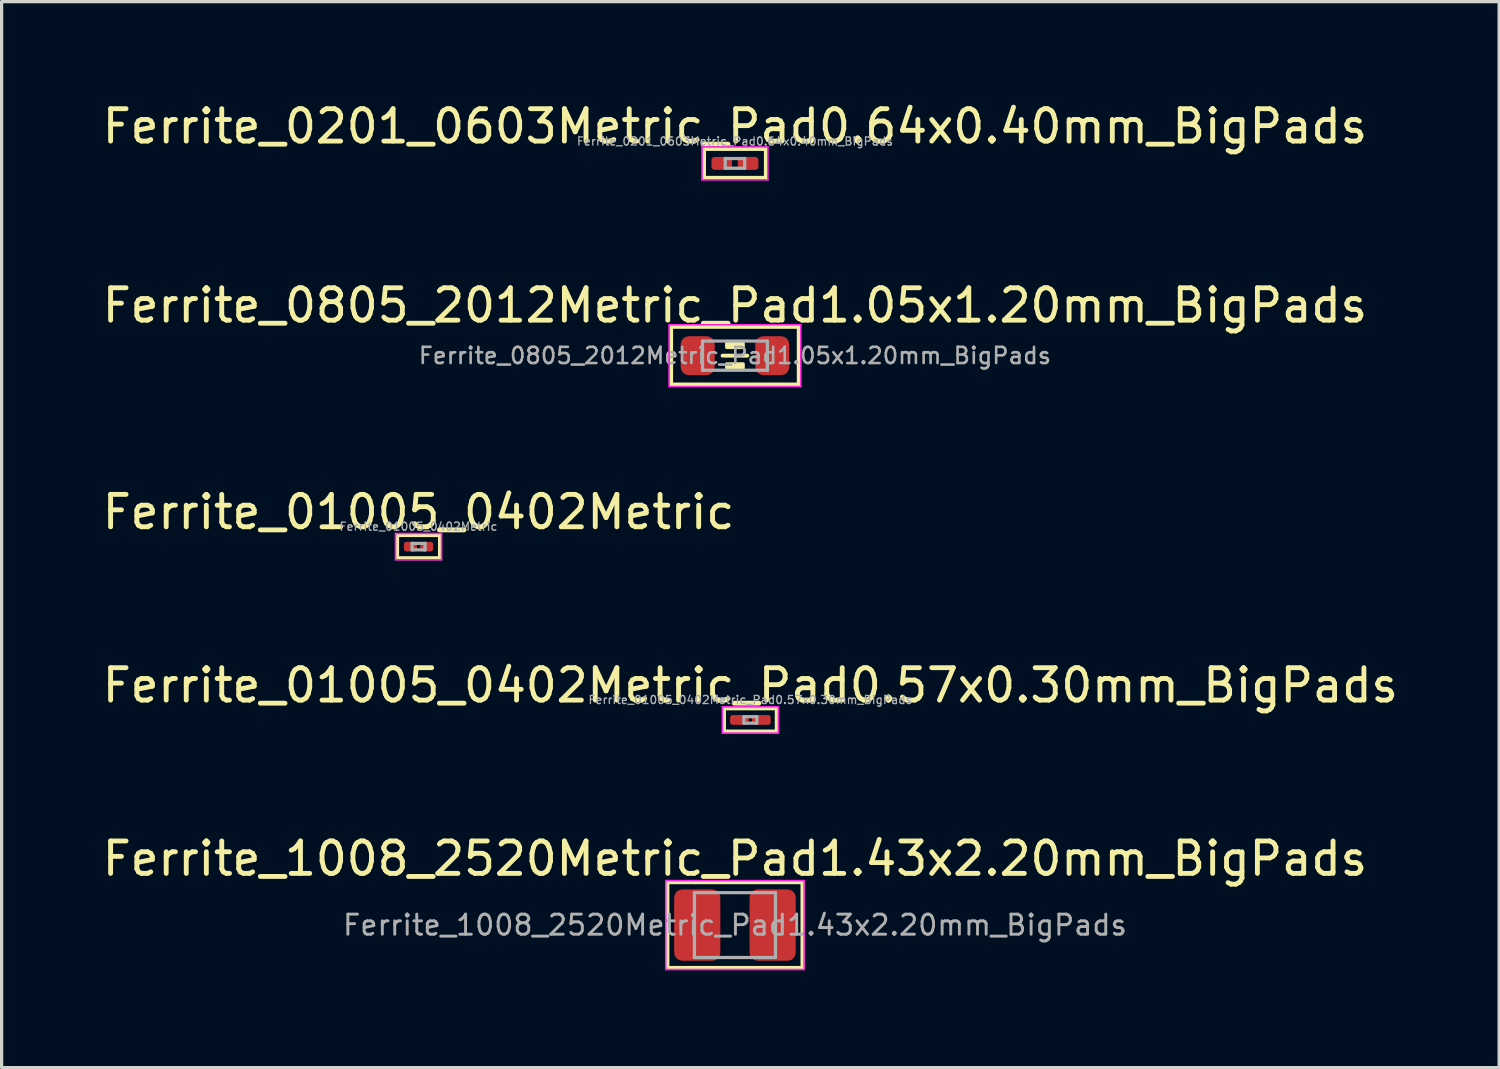
<source format=kicad_pcb>
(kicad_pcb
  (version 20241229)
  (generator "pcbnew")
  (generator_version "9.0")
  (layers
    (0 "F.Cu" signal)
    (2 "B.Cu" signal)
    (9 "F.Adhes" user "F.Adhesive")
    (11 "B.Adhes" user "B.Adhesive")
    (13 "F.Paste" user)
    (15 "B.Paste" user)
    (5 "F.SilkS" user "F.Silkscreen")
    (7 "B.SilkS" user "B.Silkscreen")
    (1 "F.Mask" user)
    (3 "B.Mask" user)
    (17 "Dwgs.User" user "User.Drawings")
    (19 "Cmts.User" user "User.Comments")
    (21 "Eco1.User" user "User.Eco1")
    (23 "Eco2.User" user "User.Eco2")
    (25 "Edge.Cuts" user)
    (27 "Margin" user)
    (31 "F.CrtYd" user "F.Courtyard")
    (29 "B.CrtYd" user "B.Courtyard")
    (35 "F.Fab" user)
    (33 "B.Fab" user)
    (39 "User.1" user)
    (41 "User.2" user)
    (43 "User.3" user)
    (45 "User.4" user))
  (footprint "Ferrite_0201_0603Metric_Pad0.64x0.40mm_BigPads"
    (layer "F.Cu")
    (at 19.625 1.991)
    (property "Reference" "Ferrite_0201_0603Metric_Pad0.64x0.40mm_BigPads" (at 0 -1.143 0) (layer "F.SilkS") (effects (font (size 1 1) (thickness 0.15))))
    (attr smd)
    (fp_line (start -0.953 -0.445) (end 0.953 -0.445) (stroke (width 0.12) (type solid)) (layer "F.SilkS"))
    (fp_line (start -0.953 0.445) (end -0.953 -0.445) (stroke (width 0.12) (type solid)) (layer "F.SilkS"))
    (fp_line (start 0.953 -0.445) (end 0.953 0.445) (stroke (width 0.12) (type solid)) (layer "F.SilkS"))
    (fp_line (start 0.953 0.445) (end -0.953 0.445) (stroke (width 0.12) (type solid)) (layer "F.SilkS"))
    (fp_line (start -1.016 -0.508) (end 1.016 -0.508) (stroke (width 0.05) (type solid)) (layer "F.CrtYd"))
    (fp_line (start -1.016 0.508) (end -1.016 -0.508) (stroke (width 0.05) (type solid)) (layer "F.CrtYd"))
    (fp_line (start 1.016 -0.508) (end 1.016 0.508) (stroke (width 0.05) (type solid)) (layer "F.CrtYd"))
    (fp_line (start 1.016 0.508) (end -1.016 0.508) (stroke (width 0.05) (type solid)) (layer "F.CrtYd"))
    (fp_line (start -0.3 -0.15) (end 0.3 -0.15) (stroke (width 0.1) (type solid)) (layer "F.Fab"))
    (fp_line (start -0.3 0.15) (end -0.3 -0.15) (stroke (width 0.1) (type solid)) (layer "F.Fab"))
    (fp_line (start 0.3 -0.15) (end 0.3 0.15) (stroke (width 0.1) (type solid)) (layer "F.Fab"))
    (fp_line (start 0.3 0.15) (end -0.3 0.15) (stroke (width 0.1) (type solid)) (layer "F.Fab"))
    (fp_text user "${REFERENCE}" (at 0 -0.68 0) (layer "F.Fab") (effects (font (size 0.25 0.25) (thickness 0.04))))
    (pad "" smd roundrect (at -0.432 0) (size 0.458 0.36) (layers "F.Paste") (roundrect_rratio 0.25))
    (pad "" smd roundrect (at 0.432 0) (size 0.458 0.36) (layers "F.Paste") (roundrect_rratio 0.25))
    (pad "1" smd roundrect (at -0.407 0) (size 0.635 0.4) (layers "F.Cu" "F.Mask") (roundrect_rratio 0.25))
    (pad "2" smd roundrect (at 0.407 0) (size 0.635 0.4) (layers "F.Cu" "F.Mask") (roundrect_rratio 0.25)))
  (footprint "Ferrite_0805_2012Metric_Pad1.05x1.20mm_BigPads"
    (layer "F.Cu")
    (at 19.625 7.923)
    (property "Reference" "Ferrite_0805_2012Metric_Pad1.05x1.20mm_BigPads" (at 0 -1.55 0) (layer "F.SilkS") (effects (font (size 1 1) (thickness 0.15))))
    (attr smd)
    (fp_line (start -1.968 -0.889) (end 1.968 -0.889) (stroke (width 0.12) (type solid)) (layer "F.SilkS"))
    (fp_line (start -1.968 0.889) (end -1.968 -0.889) (stroke (width 0.12) (type solid)) (layer "F.SilkS"))
    (fp_line (start -0.381 0) (end 0.381 0) (stroke (width 0.12) (type solid)) (layer "F.SilkS"))
    (fp_line (start 1.968 -0.889) (end 1.968 0.889) (stroke (width 0.12) (type solid)) (layer "F.SilkS"))
    (fp_line (start 1.968 0.889) (end -1.968 0.889) (stroke (width 0.12) (type solid)) (layer "F.SilkS"))
    (fp_poly (pts (xy -0.254 0.254) (xy 0.254 0.254) (xy 0.254 0.381) (xy -0.254 0.381)) (stroke (width 0.1) (type solid)) (fill yes) (layer "F.SilkS"))
    (fp_poly (pts (xy 0.254 -0.254) (xy -0.254 -0.254) (xy -0.254 -0.381) (xy 0.254 -0.381)) (stroke (width 0.1) (type solid)) (fill yes) (layer "F.SilkS"))
    (fp_line (start -2.032 -0.953) (end 2.032 -0.953) (stroke (width 0.05) (type solid)) (layer "F.CrtYd"))
    (fp_line (start -2.032 0.953) (end -2.032 -0.953) (stroke (width 0.05) (type solid)) (layer "F.CrtYd"))
    (fp_line (start 2.032 -0.953) (end 2.032 0.953) (stroke (width 0.05) (type solid)) (layer "F.CrtYd"))
    (fp_line (start 2.032 0.953) (end -2.032 0.953) (stroke (width 0.05) (type solid)) (layer "F.CrtYd"))
    (fp_line (start -1 -0.45) (end 1 -0.45) (stroke (width 0.1) (type solid)) (layer "F.Fab"))
    (fp_line (start -1 0.45) (end -1 -0.45) (stroke (width 0.1) (type solid)) (layer "F.Fab"))
    (fp_line (start 1 -0.45) (end 1 0.45) (stroke (width 0.1) (type solid)) (layer "F.Fab"))
    (fp_line (start 1 0.45) (end -1 0.45) (stroke (width 0.1) (type solid)) (layer "F.Fab"))
    (fp_text user "${REFERENCE}" (at 0 0 0) (layer "F.Fab") (effects (font (size 0.5 0.5) (thickness 0.08))))
    (pad "1" smd roundrect (at -1.15 0) (size 1.05 1.2) (layers "F.Cu" "F.Mask" "F.Paste") (roundrect_rratio 0.238))
    (pad "2" smd roundrect (at 1.15 0) (size 1.05 1.2) (layers "F.Cu" "F.Mask" "F.Paste") (roundrect_rratio 0.238)))
  (footprint "Ferrite_1008_2520Metric_Pad1.43x2.20mm_BigPads"
    (layer "F.Cu")
    (at 19.625 25.491)
    (property "Reference" "Ferrite_1008_2520Metric_Pad1.43x2.20mm_BigPads" (at 0 -2.05 0) (layer "F.SilkS") (effects (font (size 1 1) (thickness 0.15))))
    (attr smd)
    (fp_line (start -2.083 -1.321) (end -1.219 -1.321) (stroke (width 0.12) (type solid)) (layer "F.SilkS"))
    (fp_line (start -2.083 1.321) (end -2.083 -1.321) (stroke (width 0.12) (type solid)) (layer "F.SilkS"))
    (fp_line (start -1.219 -1.321) (end 2.083 -1.321) (stroke (width 0.12) (type solid)) (layer "F.SilkS"))
    (fp_line (start 2.083 -1.321) (end 2.083 1.321) (stroke (width 0.12) (type solid)) (layer "F.SilkS"))
    (fp_line (start 2.083 1.321) (end -2.083 1.321) (stroke (width 0.12) (type solid)) (layer "F.SilkS"))
    (fp_line (start -2.134 -1.372) (end 2.134 -1.372) (stroke (width 0.05) (type solid)) (layer "F.CrtYd"))
    (fp_line (start -2.134 1.372) (end -2.134 -1.372) (stroke (width 0.05) (type solid)) (layer "F.CrtYd"))
    (fp_line (start 2.134 -1.372) (end 2.134 1.372) (stroke (width 0.05) (type solid)) (layer "F.CrtYd"))
    (fp_line (start 2.134 1.372) (end -2.134 1.372) (stroke (width 0.05) (type solid)) (layer "F.CrtYd"))
    (fp_line (start -1.25 -1) (end 1.25 -1) (stroke (width 0.1) (type solid)) (layer "F.Fab"))
    (fp_line (start -1.25 1) (end -1.25 -1) (stroke (width 0.1) (type solid)) (layer "F.Fab"))
    (fp_line (start 1.25 -1) (end 1.25 1) (stroke (width 0.1) (type solid)) (layer "F.Fab"))
    (fp_line (start 1.25 1) (end -1.25 1) (stroke (width 0.1) (type solid)) (layer "F.Fab"))
    (fp_text user "${REFERENCE}" (at 0 0 0) (layer "F.Fab") (effects (font (size 0.62 0.62) (thickness 0.09))))
    (pad "1" smd roundrect (at -1.163 0) (size 1.425 2.2) (layers "F.Cu" "F.Mask" "F.Paste") (roundrect_rratio 0.175))
    (pad "2" smd roundrect (at 1.163 0) (size 1.425 2.2) (layers "F.Cu" "F.Mask" "F.Paste") (roundrect_rratio 0.175)))
  (footprint "Ferrite_01005_0402Metric_Pad0.57x0.30mm_BigPads"
    (layer "F.Cu")
    (at 20.101 19.162)
    (property "Reference" "Ferrite_01005_0402Metric_Pad0.57x0.30mm_BigPads" (at 0 -1.067 0) (layer "F.SilkS") (effects (font (size 1 1) (thickness 0.15))))
    (attr smd)
    (fp_line (start -0.813 -0.356) (end 0.813 -0.356) (stroke (width 0.12) (type solid)) (layer "F.SilkS"))
    (fp_line (start -0.813 0.356) (end -0.813 -0.356) (stroke (width 0.12) (type solid)) (layer "F.SilkS"))
    (fp_line (start 0.813 -0.356) (end 0.813 0.356) (stroke (width 0.12) (type solid)) (layer "F.SilkS"))
    (fp_line (start 0.813 0.356) (end -0.813 0.356) (stroke (width 0.12) (type solid)) (layer "F.SilkS"))
    (fp_line (start -0.864 -0.406) (end 0.864 -0.406) (stroke (width 0.05) (type solid)) (layer "F.CrtYd"))
    (fp_line (start -0.864 0.406) (end -0.864 -0.406) (stroke (width 0.05) (type solid)) (layer "F.CrtYd"))
    (fp_line (start 0.864 -0.406) (end 0.864 0.406) (stroke (width 0.05) (type solid)) (layer "F.CrtYd"))
    (fp_line (start 0.864 0.406) (end -0.864 0.406) (stroke (width 0.05) (type solid)) (layer "F.CrtYd"))
    (fp_line (start -0.2 -0.1) (end 0.2 -0.1) (stroke (width 0.1) (type solid)) (layer "F.Fab"))
    (fp_line (start -0.2 0.1) (end -0.2 -0.1) (stroke (width 0.1) (type solid)) (layer "F.Fab"))
    (fp_line (start 0.2 -0.1) (end 0.2 0.1) (stroke (width 0.1) (type solid)) (layer "F.Fab"))
    (fp_line (start 0.2 0.1) (end -0.2 0.1) (stroke (width 0.1) (type solid)) (layer "F.Fab"))
    (fp_text user "${REFERENCE}" (at 0 -0.62 0) (layer "F.Fab") (effects (font (size 0.25 0.25) (thickness 0.04))))
    (pad "" smd roundrect (at -0.362 0) (size 0.41 0.27) (layers "F.Paste") (roundrect_rratio 0.25))
    (pad "" smd roundrect (at 0.362 0) (size 0.41 0.27) (layers "F.Paste") (roundrect_rratio 0.25))
    (pad "1" smd roundrect (at -0.338 0) (size 0.575 0.3) (layers "F.Cu" "F.Mask") (roundrect_rratio 0.25))
    (pad "2" smd roundrect (at 0.338 0) (size 0.575 0.3) (layers "F.Cu" "F.Mask") (roundrect_rratio 0.25)))
  (footprint "Ferrite_01005_0402Metric"
    (layer "F.Cu")
    (at 9.863 13.815)
    (property "Reference" "Ferrite_01005_0402Metric" (at 0 -1.067 0) (layer "F.SilkS") (effects (font (size 1 1) (thickness 0.15))))
    (attr smd)
    (fp_line (start -0.66 -0.356) (end 0.66 -0.356) (stroke (width 0.12) (type solid)) (layer "F.SilkS"))
    (fp_line (start -0.66 0.356) (end -0.66 -0.356) (stroke (width 0.12) (type solid)) (layer "F.SilkS"))
    (fp_line (start 0.66 -0.356) (end 0.66 0.356) (stroke (width 0.12) (type solid)) (layer "F.SilkS"))
    (fp_line (start 0.66 0.356) (end -0.66 0.356) (stroke (width 0.12) (type solid)) (layer "F.SilkS"))
    (fp_line (start -0.711 -0.406) (end 0.711 -0.406) (stroke (width 0.05) (type solid)) (layer "F.CrtYd"))
    (fp_line (start -0.711 0.406) (end -0.711 -0.406) (stroke (width 0.05) (type solid)) (layer "F.CrtYd"))
    (fp_line (start 0.711 -0.406) (end 0.711 0.406) (stroke (width 0.05) (type solid)) (layer "F.CrtYd"))
    (fp_line (start 0.711 0.406) (end -0.711 0.406) (stroke (width 0.05) (type solid)) (layer "F.CrtYd"))
    (fp_line (start -0.2 -0.1) (end 0.2 -0.1) (stroke (width 0.1) (type solid)) (layer "F.Fab"))
    (fp_line (start -0.2 0.1) (end -0.2 -0.1) (stroke (width 0.1) (type solid)) (layer "F.Fab"))
    (fp_line (start 0.2 -0.1) (end 0.2 0.1) (stroke (width 0.1) (type solid)) (layer "F.Fab"))
    (fp_line (start 0.2 0.1) (end -0.2 0.1) (stroke (width 0.1) (type solid)) (layer "F.Fab"))
    (fp_text user "${REFERENCE}" (at 0 -0.62 0) (layer "F.Fab") (effects (font (size 0.25 0.25) (thickness 0.04))))
    (pad "" smd roundrect (at -0.275 0) (size 0.27 0.27) (layers "F.Paste") (roundrect_rratio 0.25))
    (pad "" smd roundrect (at 0.275 0) (size 0.27 0.27) (layers "F.Paste") (roundrect_rratio 0.25))
    (pad "1" smd roundrect (at -0.25 0) (size 0.4 0.3) (layers "F.Cu" "F.Mask") (roundrect_rratio 0.25))
    (pad "2" smd roundrect (at 0.25 0) (size 0.4 0.3) (layers "F.Cu" "F.Mask") (roundrect_rratio 0.25)))
  (gr_rect
    (start -3 -3)
    (end 43.202 29.888)
    (stroke (width 0.1) (type default))
    (fill no)
    (layer "Edge.Cuts")))
</source>
